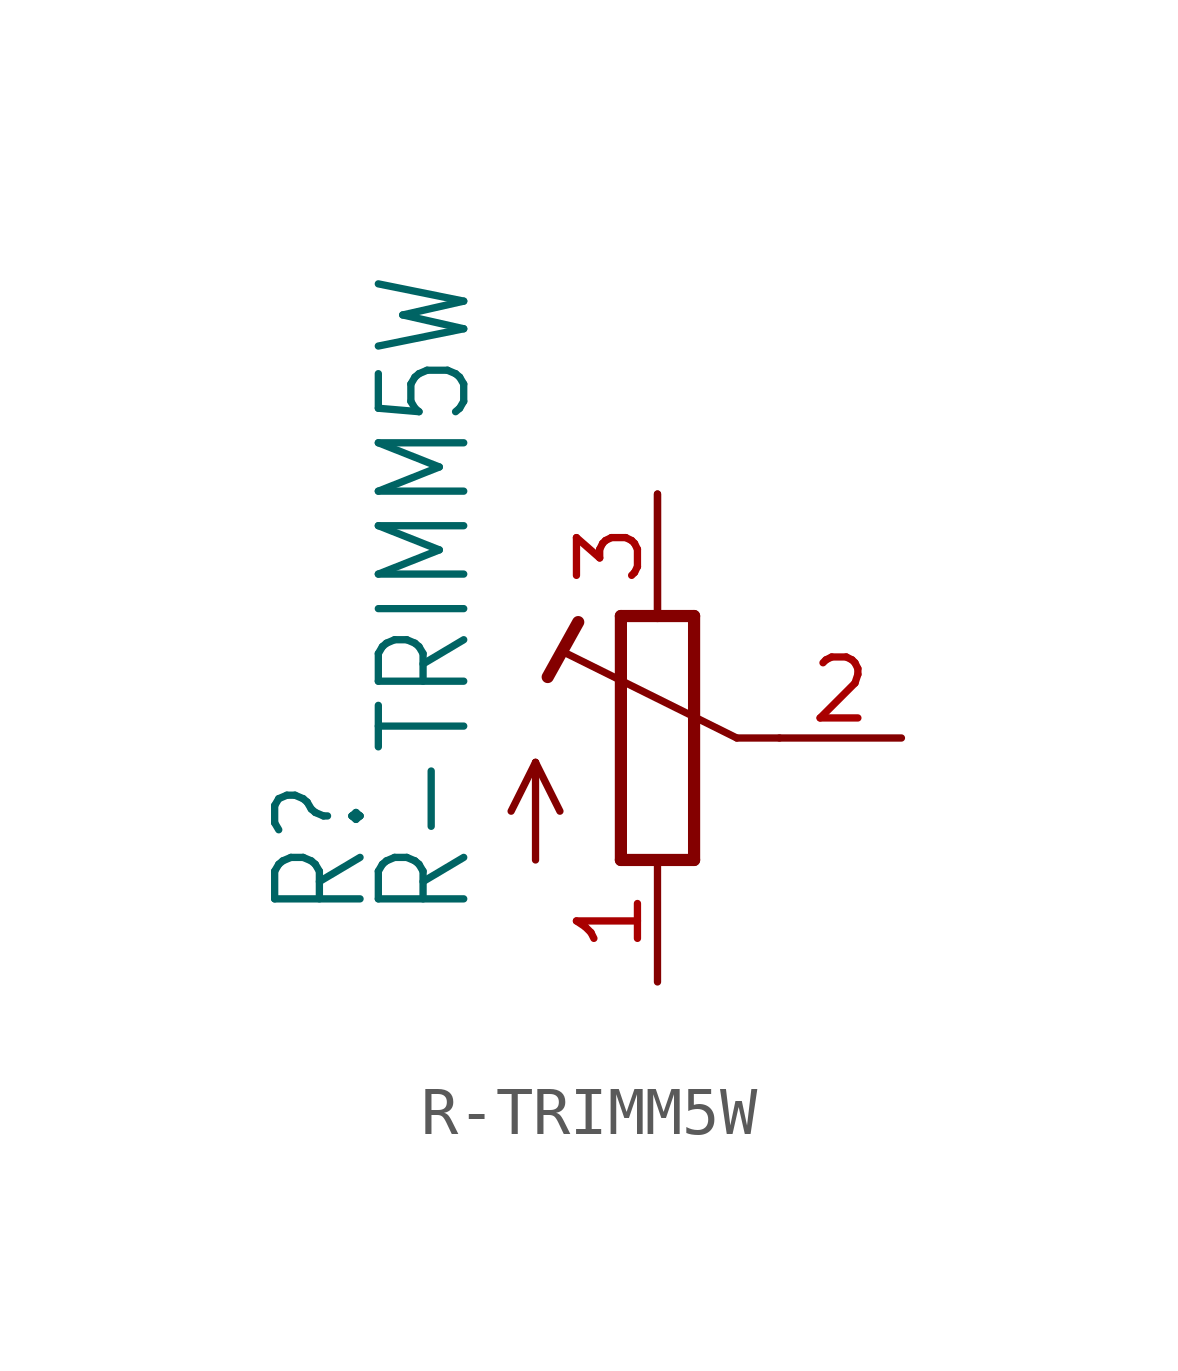
<source format=kicad_sym>
(kicad_symbol_lib
  (version 20211014)
  (generator kicad_symbol_editor)
  (symbol "R-TRIMM5W"
    (property "Reference" "R"
      (at -5.969 -3.81 90)
      (effects (font (size 1.778 1.511)) (justify left bottom)))
    (property "Value" "R-TRIMM5W"
      (at -3.81 -3.81 90)
      (effects (font (size 1.778 1.511)) (justify left bottom)))
    (property "ki_locked" ""
      (at 0 0 0)
      (effects (font (size 1.27 1.27))))
    (symbol "R-TRIMM5W_1_0"
      (polyline (pts (xy -2.54 -2.54) (xy -2.54 -0.508)) (stroke (width 0.152) (type default) (color 0 0 0 0)) (fill (type none)))
      (polyline (pts (xy -2.54 -0.508) (xy -3.048 -1.524)) (stroke (width 0.152) (type default) (color 0 0 0 0)) (fill (type none)))
      (polyline (pts (xy -2.54 -0.508) (xy -2.032 -1.524)) (stroke (width 0.152) (type default) (color 0 0 0 0)) (fill (type none)))
      (polyline (pts (xy -2.286 1.27) (xy -1.651 2.413)) (stroke (width 0.254) (type default) (color 0 0 0 0)) (fill (type none)))
      (polyline (pts (xy -0.762 -2.54) (xy 0.762 -2.54)) (stroke (width 0.254) (type default) (color 0 0 0 0)) (fill (type none)))
      (polyline (pts (xy -0.762 2.54) (xy -0.762 -2.54)) (stroke (width 0.254) (type default) (color 0 0 0 0)) (fill (type none)))
      (polyline (pts (xy 0 2.54) (xy -0.762 2.54)) (stroke (width 0.254) (type default) (color 0 0 0 0)) (fill (type none)))
      (polyline (pts (xy 0 2.54) (xy 0 5.08)) (stroke (width 0.152) (type default) (color 0 0 0 0)) (fill (type none)))
      (polyline (pts (xy 0.762 -2.54) (xy 0.762 2.54)) (stroke (width 0.254) (type default) (color 0 0 0 0)) (fill (type none)))
      (polyline (pts (xy 0.762 2.54) (xy 0 2.54)) (stroke (width 0.254) (type default) (color 0 0 0 0)) (fill (type none)))
      (polyline (pts (xy 1.651 0) (xy -1.88 1.753)) (stroke (width 0.152) (type default) (color 0 0 0 0)) (fill (type none)))
      (polyline (pts (xy 2.54 0) (xy 1.651 0)) (stroke (width 0.152) (type default) (color 0 0 0 0)) (fill (type none)))
      (pin passive line (at 0 -5.08 90) (length 2.54) (name "A" (effects (font (size 0 0)))) (number "1" (effects (font (size 1.27 1.27)))))
      (pin passive line (at 5.08 0 180) (length 2.54) (name "S" (effects (font (size 0 0)))) (number "2" (effects (font (size 1.27 1.27)))))
      (pin passive line (at 0 5.08 270) (length 2.54) (name "E" (effects (font (size 0 0)))) (number "3" (effects (font (size 1.27 1.27))))))))
</source>
